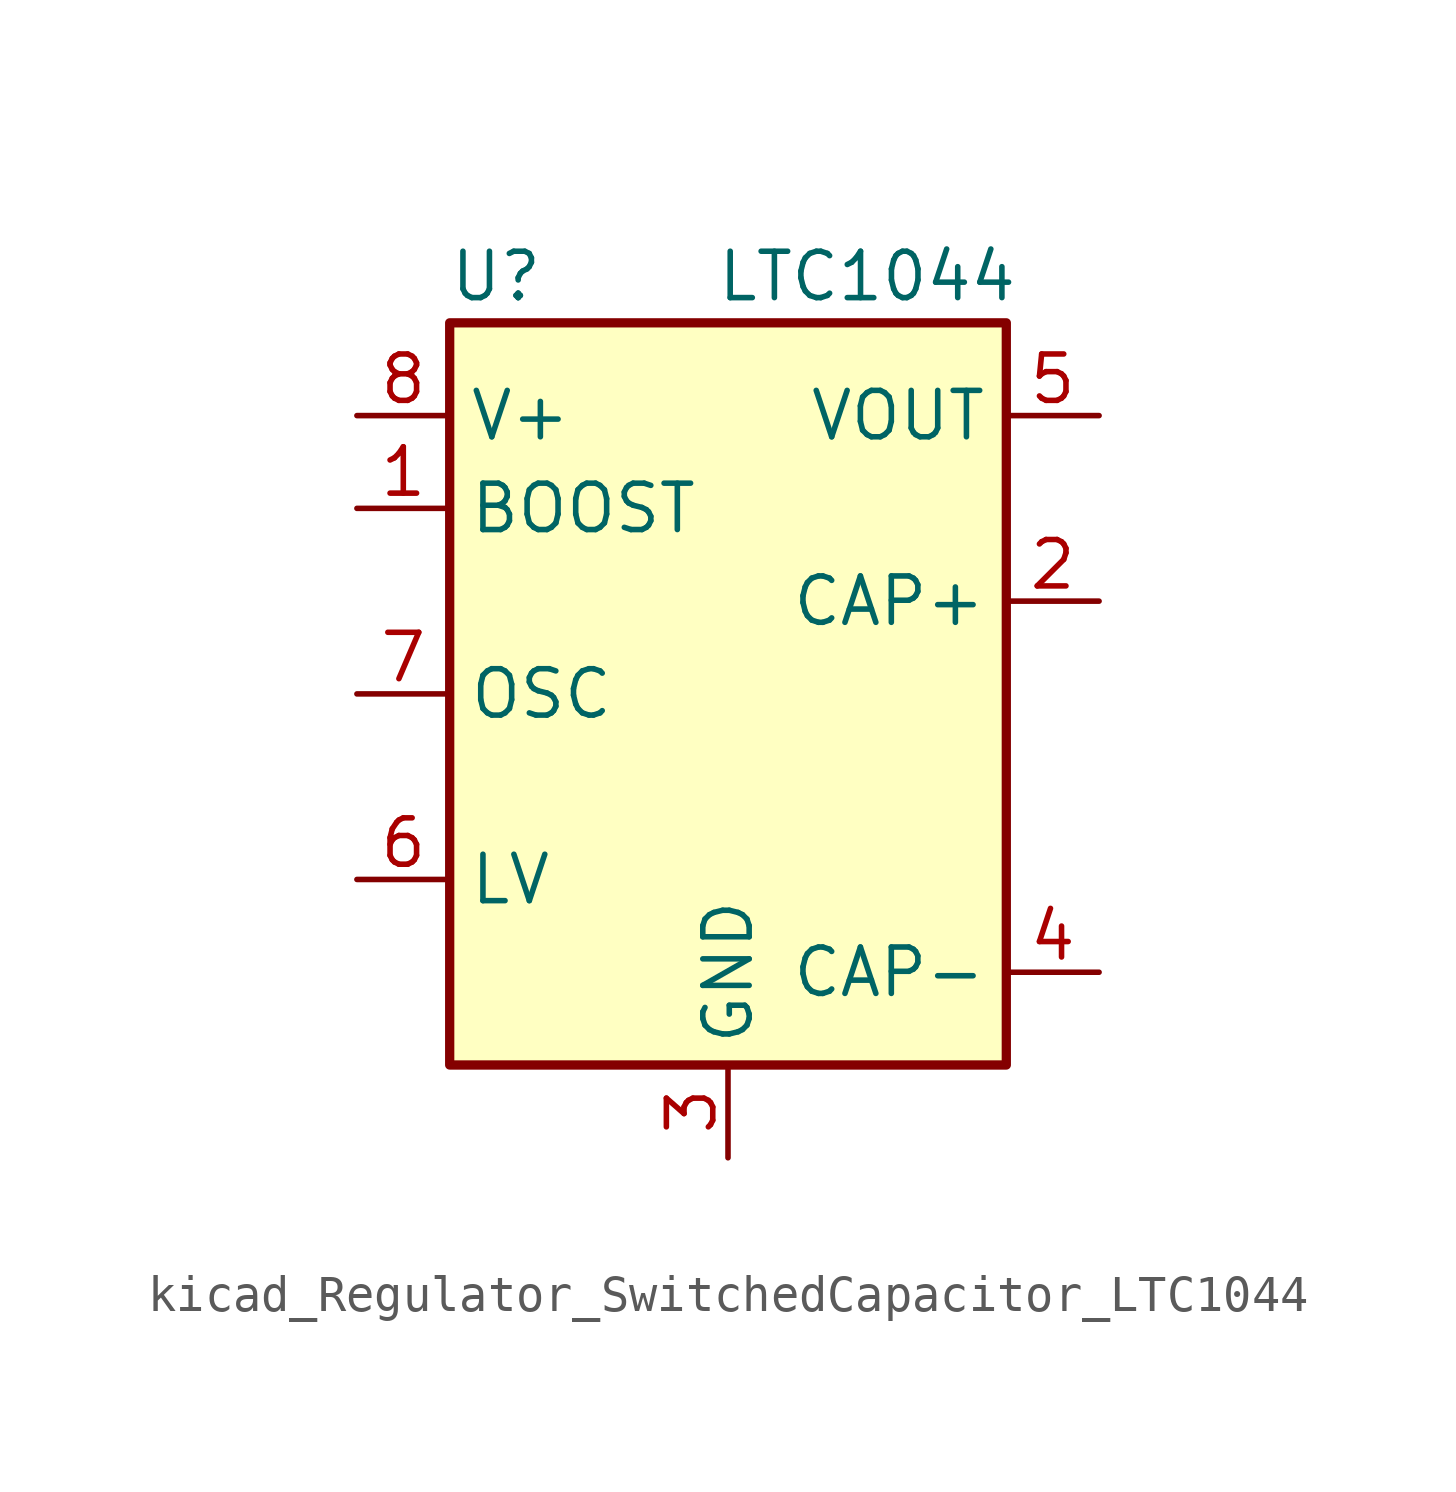
<source format=kicad_sym>
(kicad_symbol_lib
  (version 20220914)
  (generator kicad_symbol_editor)
  (symbol "kicad_Regulator_SwitchedCapacitor_LTC1044"
    (property "Reference" "U"
      (at -6.35 11.43 0)
      (effects (font (size 1.27 1.27))))
    (property "Value" "LTC1044"
      (at 3.81 11.43 0)
      (effects (font (size 1.27 1.27))))
    (symbol "kicad_Regulator_SwitchedCapacitor_LTC1044_0_1"
      (rectangle (start -7.62 10.16) (end 7.62 -10.16) (stroke (width 0.254) (type default)) (fill (type background))))
    (symbol "kicad_Regulator_SwitchedCapacitor_LTC1044_1_1"
      (pin input line (at -10.16 5.08 0) (length 2.54) (name "BOOST" (effects (font (size 1.27 1.27)))) (number "1" (effects (font (size 1.27 1.27)))))
      (pin input line (at 10.16 2.54 180) (length 2.54) (name "CAP+" (effects (font (size 1.27 1.27)))) (number "2" (effects (font (size 1.27 1.27)))))
      (pin power_in line (at 0 -12.7 90) (length 2.54) (name "GND" (effects (font (size 1.27 1.27)))) (number "3" (effects (font (size 1.27 1.27)))))
      (pin input line (at 10.16 -7.62 180) (length 2.54) (name "CAP-" (effects (font (size 1.27 1.27)))) (number "4" (effects (font (size 1.27 1.27)))))
      (pin power_out line (at 10.16 7.62 180) (length 2.54) (name "VOUT" (effects (font (size 1.27 1.27)))) (number "5" (effects (font (size 1.27 1.27)))))
      (pin input line (at -10.16 -5.08 0) (length 2.54) (name "LV" (effects (font (size 1.27 1.27)))) (number "6" (effects (font (size 1.27 1.27)))))
      (pin input line (at -10.16 0 0) (length 2.54) (name "OSC" (effects (font (size 1.27 1.27)))) (number "7" (effects (font (size 1.27 1.27)))))
      (pin power_in line (at -10.16 7.62 0) (length 2.54) (name "V+" (effects (font (size 1.27 1.27)))) (number "8" (effects (font (size 1.27 1.27))))))))
</source>
